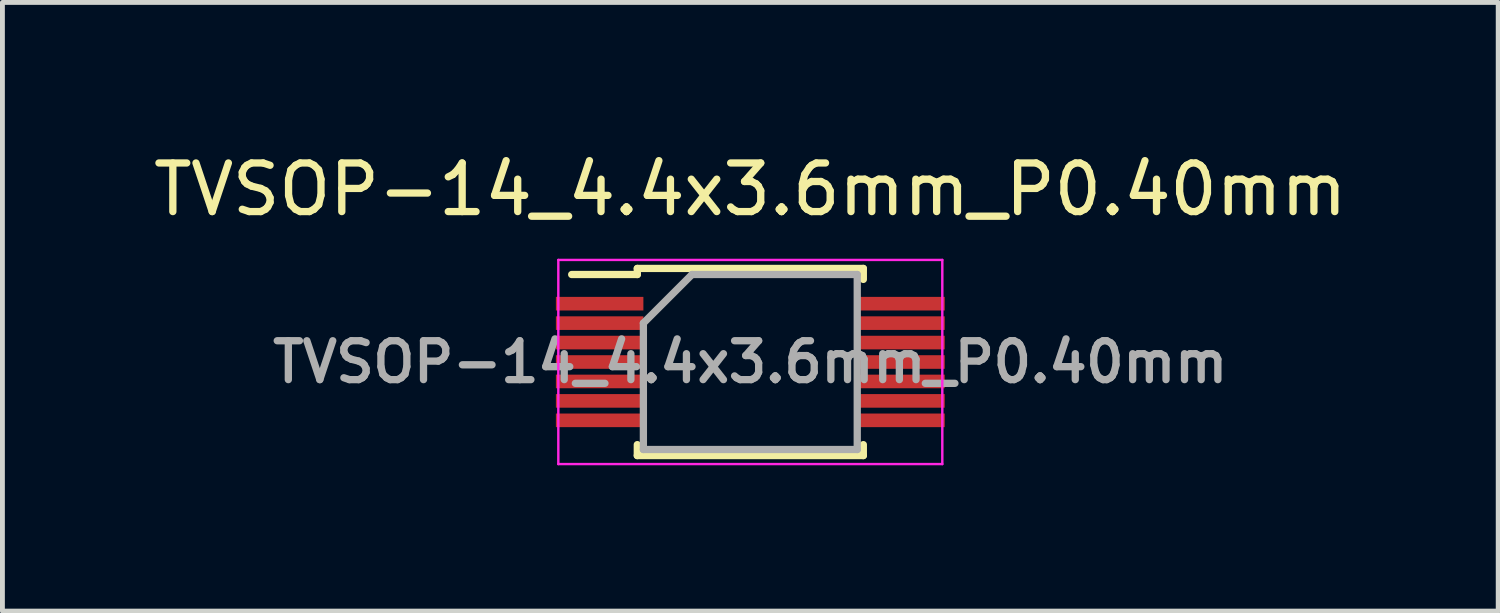
<source format=kicad_pcb>
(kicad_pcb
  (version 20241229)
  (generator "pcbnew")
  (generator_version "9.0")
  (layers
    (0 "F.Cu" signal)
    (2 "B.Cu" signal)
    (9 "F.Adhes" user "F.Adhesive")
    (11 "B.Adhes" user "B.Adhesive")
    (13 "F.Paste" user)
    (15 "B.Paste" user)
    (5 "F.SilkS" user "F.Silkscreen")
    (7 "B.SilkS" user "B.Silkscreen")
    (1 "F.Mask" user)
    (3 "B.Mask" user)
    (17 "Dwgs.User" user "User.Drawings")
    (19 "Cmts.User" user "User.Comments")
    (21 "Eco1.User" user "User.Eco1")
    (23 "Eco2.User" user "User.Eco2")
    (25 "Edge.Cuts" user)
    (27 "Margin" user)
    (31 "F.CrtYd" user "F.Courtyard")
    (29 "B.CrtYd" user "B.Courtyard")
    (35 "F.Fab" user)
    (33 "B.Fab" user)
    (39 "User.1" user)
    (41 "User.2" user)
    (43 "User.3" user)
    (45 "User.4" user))
  (footprint "TVSOP-14_4.4x3.6mm_P0.40mm"
    (layer "F.Cu")
    (at 12.387 4.398)
    (property "Reference" "TVSOP-14_4.4x3.6mm_P0.40mm" (at 0 -3.55 0) (layer "F.SilkS") (effects (font (size 1 1) (thickness 0.15))))
    (attr smd)
    (fp_line (start -2.325 -1.925) (end -2.325 -1.8) (stroke (width 0.15) (type solid)) (layer "F.SilkS"))
    (fp_line (start -2.325 -1.925) (end 2.325 -1.925) (stroke (width 0.15) (type solid)) (layer "F.SilkS"))
    (fp_line (start -2.325 -1.8) (end -3.675 -1.8) (stroke (width 0.15) (type solid)) (layer "F.SilkS"))
    (fp_line (start -2.325 1.925) (end -2.325 1.7) (stroke (width 0.15) (type solid)) (layer "F.SilkS"))
    (fp_line (start -2.325 1.925) (end 2.325 1.925) (stroke (width 0.15) (type solid)) (layer "F.SilkS"))
    (fp_line (start 2.325 -1.925) (end 2.325 -1.7) (stroke (width 0.15) (type solid)) (layer "F.SilkS"))
    (fp_line (start 2.325 1.925) (end 2.325 1.7) (stroke (width 0.15) (type solid)) (layer "F.SilkS"))
    (fp_line (start -3.95 -2.1) (end -3.95 2.1) (stroke (width 0.05) (type solid)) (layer "F.CrtYd"))
    (fp_line (start -3.95 -2.1) (end 3.95 -2.1) (stroke (width 0.05) (type solid)) (layer "F.CrtYd"))
    (fp_line (start -3.95 2.1) (end 3.95 2.1) (stroke (width 0.05) (type solid)) (layer "F.CrtYd"))
    (fp_line (start 3.95 -2.1) (end 3.95 2.1) (stroke (width 0.05) (type solid)) (layer "F.CrtYd"))
    (fp_line (start -2.2 -0.8) (end -1.2 -1.8) (stroke (width 0.15) (type solid)) (layer "F.Fab"))
    (fp_line (start -2.2 1.8) (end -2.2 -0.8) (stroke (width 0.15) (type solid)) (layer "F.Fab"))
    (fp_line (start -1.2 -1.8) (end 2.2 -1.8) (stroke (width 0.15) (type solid)) (layer "F.Fab"))
    (fp_line (start 2.2 -1.8) (end 2.2 1.8) (stroke (width 0.15) (type solid)) (layer "F.Fab"))
    (fp_line (start 2.2 1.8) (end -2.2 1.8) (stroke (width 0.15) (type solid)) (layer "F.Fab"))
    (fp_text user "${REFERENCE}" (at 0 0 0) (layer "F.Fab") (effects (font (size 0.8 0.8) (thickness 0.15))))
    (pad "1" smd rect (at -3.1 -1.2) (size 1.8 0.28) (layers "F.Cu" "F.Mask" "F.Paste"))
    (pad "2" smd rect (at -3.1 -0.8) (size 1.8 0.28) (layers "F.Cu" "F.Mask" "F.Paste"))
    (pad "3" smd rect (at -3.1 -0.4) (size 1.8 0.28) (layers "F.Cu" "F.Mask" "F.Paste"))
    (pad "4" smd rect (at -3.1 0) (size 1.8 0.28) (layers "F.Cu" "F.Mask" "F.Paste"))
    (pad "5" smd rect (at -3.1 0.4) (size 1.8 0.28) (layers "F.Cu" "F.Mask" "F.Paste"))
    (pad "6" smd rect (at -3.1 0.8) (size 1.8 0.28) (layers "F.Cu" "F.Mask" "F.Paste"))
    (pad "7" smd rect (at -3.1 1.2) (size 1.8 0.28) (layers "F.Cu" "F.Mask" "F.Paste"))
    (pad "8" smd rect (at 3.1 1.2) (size 1.8 0.28) (layers "F.Cu" "F.Mask" "F.Paste"))
    (pad "9" smd rect (at 3.1 0.8) (size 1.8 0.28) (layers "F.Cu" "F.Mask" "F.Paste"))
    (pad "10" smd rect (at 3.1 0.4) (size 1.8 0.28) (layers "F.Cu" "F.Mask" "F.Paste"))
    (pad "11" smd rect (at 3.1 0) (size 1.8 0.28) (layers "F.Cu" "F.Mask" "F.Paste"))
    (pad "12" smd rect (at 3.1 -0.4) (size 1.8 0.28) (layers "F.Cu" "F.Mask" "F.Paste"))
    (pad "13" smd rect (at 3.1 -0.8) (size 1.8 0.28) (layers "F.Cu" "F.Mask" "F.Paste"))
    (pad "14" smd rect (at 3.1 -1.2) (size 1.8 0.28) (layers "F.Cu" "F.Mask" "F.Paste")))
  (gr_rect
    (start -3 -3)
    (end 27.774 9.523)
    (stroke (width 0.1) (type default))
    (fill no)
    (layer "Edge.Cuts")))
</source>
